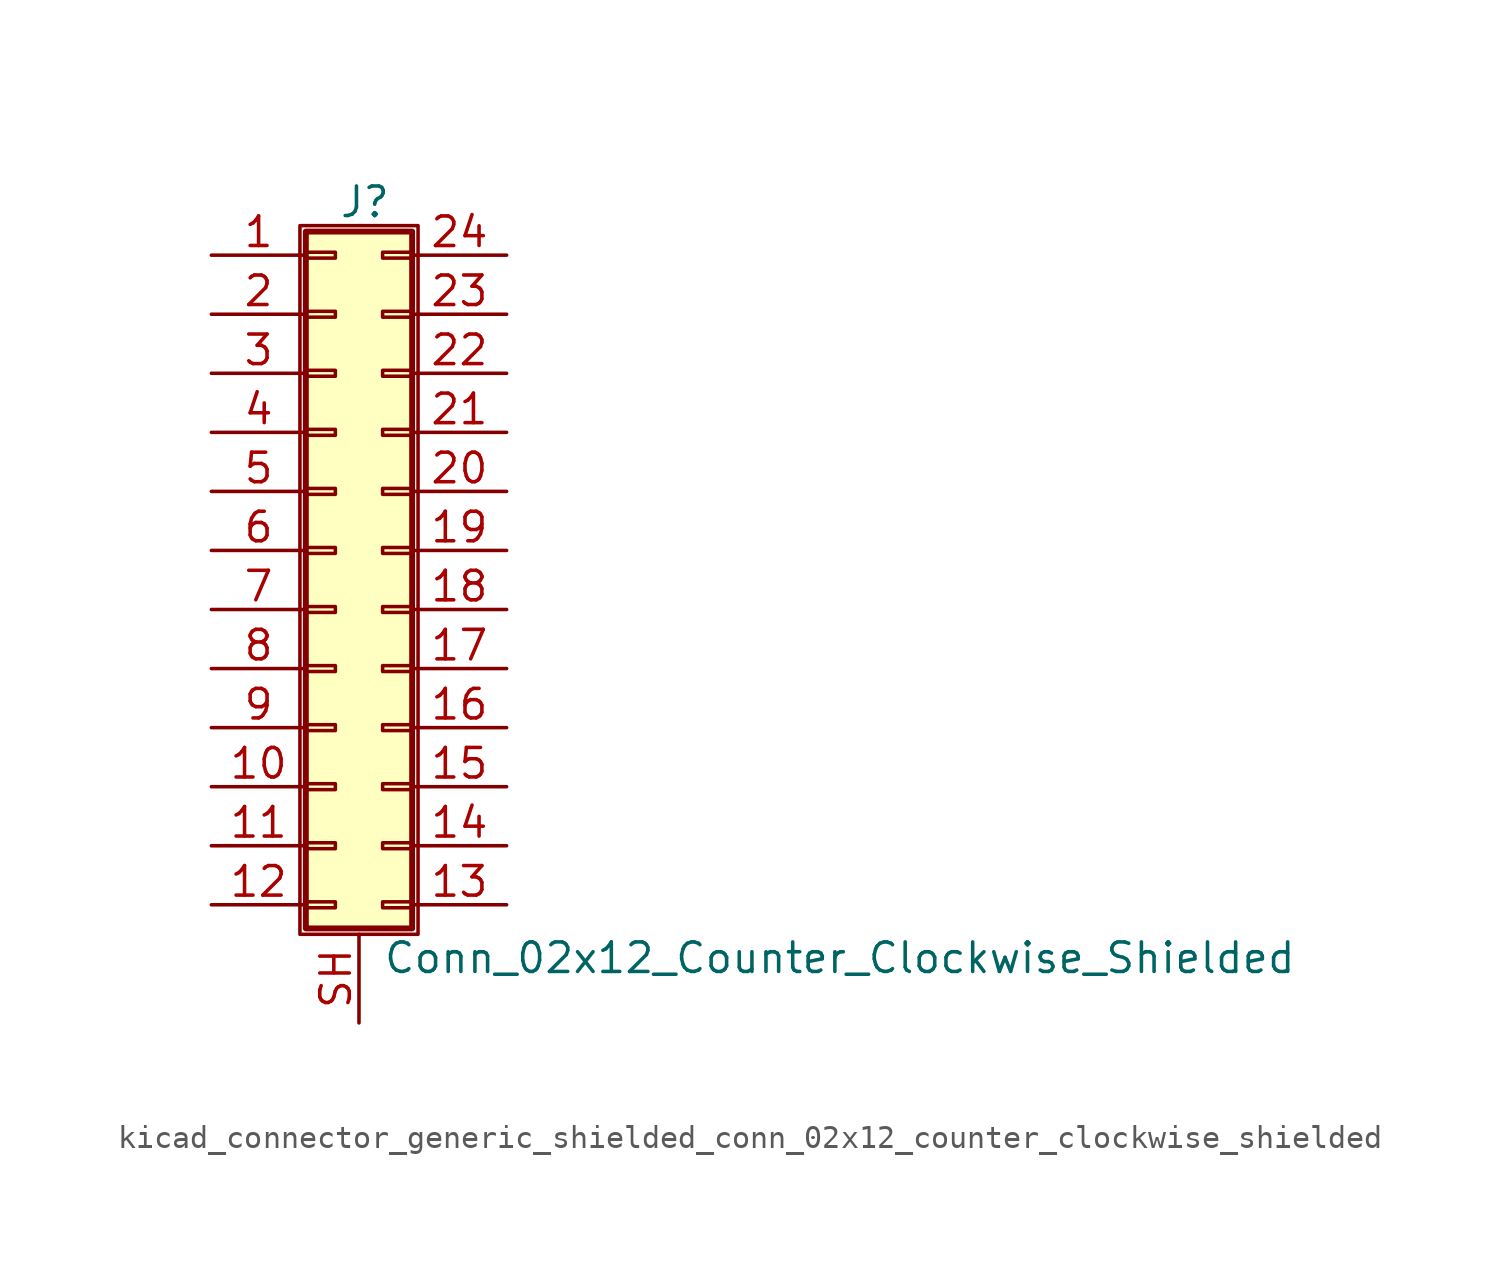
<source format=kicad_sym>
(kicad_symbol_lib
  (version 20220914)
  (generator kicad_symbol_editor)
  (symbol "kicad_connector_generic_shielded_conn_02x12_counter_clockwise_shielded"
    (pin_names
      (offset 1.016) hide)
    (property "Reference" "J"
      (at 1.524 14.986 0)
      (effects (font (size 1.27 1.27))))
    (property "Value" "Conn_02x12_Counter_Clockwise_Shielded"
      (at 2.286 -17.526 0)
      (effects (font (size 1.27 1.27)) (justify left)))
    (symbol "kicad_connector_generic_shielded_conn_02x12_counter_clockwise_shielded_1_1"
      (rectangle (start -1.27 13.97) (end 3.81 -16.51) (stroke (width 0.152) (type default)) (fill (type none)))
      (rectangle (start -1.016 -15.113) (end 0.254 -15.367) (stroke (width 0.152) (type default)) (fill (type none)))
      (rectangle (start -1.016 -12.573) (end 0.254 -12.827) (stroke (width 0.152) (type default)) (fill (type none)))
      (rectangle (start -1.016 -10.033) (end 0.254 -10.287) (stroke (width 0.152) (type default)) (fill (type none)))
      (rectangle (start -1.016 -7.493) (end 0.254 -7.747) (stroke (width 0.152) (type default)) (fill (type none)))
      (rectangle (start -1.016 -4.953) (end 0.254 -5.207) (stroke (width 0.152) (type default)) (fill (type none)))
      (rectangle (start -1.016 -2.413) (end 0.254 -2.667) (stroke (width 0.152) (type default)) (fill (type none)))
      (rectangle (start -1.016 0.127) (end 0.254 -0.127) (stroke (width 0.152) (type default)) (fill (type none)))
      (rectangle (start -1.016 2.667) (end 0.254 2.413) (stroke (width 0.152) (type default)) (fill (type none)))
      (rectangle (start -1.016 5.207) (end 0.254 4.953) (stroke (width 0.152) (type default)) (fill (type none)))
      (rectangle (start -1.016 7.747) (end 0.254 7.493) (stroke (width 0.152) (type default)) (fill (type none)))
      (rectangle (start -1.016 10.287) (end 0.254 10.033) (stroke (width 0.152) (type default)) (fill (type none)))
      (rectangle (start -1.016 12.827) (end 0.254 12.573) (stroke (width 0.152) (type default)) (fill (type none)))
      (rectangle (start -1.016 13.716) (end 3.556 -16.256) (stroke (width 0.254) (type default)) (fill (type background)))
      (rectangle (start 3.556 -15.113) (end 2.286 -15.367) (stroke (width 0.152) (type default)) (fill (type none)))
      (rectangle (start 3.556 -12.573) (end 2.286 -12.827) (stroke (width 0.152) (type default)) (fill (type none)))
      (rectangle (start 3.556 -10.033) (end 2.286 -10.287) (stroke (width 0.152) (type default)) (fill (type none)))
      (rectangle (start 3.556 -7.493) (end 2.286 -7.747) (stroke (width 0.152) (type default)) (fill (type none)))
      (rectangle (start 3.556 -4.953) (end 2.286 -5.207) (stroke (width 0.152) (type default)) (fill (type none)))
      (rectangle (start 3.556 -2.413) (end 2.286 -2.667) (stroke (width 0.152) (type default)) (fill (type none)))
      (rectangle (start 3.556 0.127) (end 2.286 -0.127) (stroke (width 0.152) (type default)) (fill (type none)))
      (rectangle (start 3.556 2.667) (end 2.286 2.413) (stroke (width 0.152) (type default)) (fill (type none)))
      (rectangle (start 3.556 5.207) (end 2.286 4.953) (stroke (width 0.152) (type default)) (fill (type none)))
      (rectangle (start 3.556 7.747) (end 2.286 7.493) (stroke (width 0.152) (type default)) (fill (type none)))
      (rectangle (start 3.556 10.287) (end 2.286 10.033) (stroke (width 0.152) (type default)) (fill (type none)))
      (rectangle (start 3.556 12.827) (end 2.286 12.573) (stroke (width 0.152) (type default)) (fill (type none)))
      (pin passive line (at -5.08 12.7 0) (length 4.064) (name "Pin_1" (effects (font (size 1.27 1.27)))) (number "1" (effects (font (size 1.27 1.27)))))
      (pin passive line (at -5.08 -10.16 0) (length 4.064) (name "Pin_10" (effects (font (size 1.27 1.27)))) (number "10" (effects (font (size 1.27 1.27)))))
      (pin passive line (at -5.08 -12.7 0) (length 4.064) (name "Pin_11" (effects (font (size 1.27 1.27)))) (number "11" (effects (font (size 1.27 1.27)))))
      (pin passive line (at -5.08 -15.24 0) (length 4.064) (name "Pin_12" (effects (font (size 1.27 1.27)))) (number "12" (effects (font (size 1.27 1.27)))))
      (pin passive line (at 7.62 -15.24 180) (length 4.064) (name "Pin_13" (effects (font (size 1.27 1.27)))) (number "13" (effects (font (size 1.27 1.27)))))
      (pin passive line (at 7.62 -12.7 180) (length 4.064) (name "Pin_14" (effects (font (size 1.27 1.27)))) (number "14" (effects (font (size 1.27 1.27)))))
      (pin passive line (at 7.62 -10.16 180) (length 4.064) (name "Pin_15" (effects (font (size 1.27 1.27)))) (number "15" (effects (font (size 1.27 1.27)))))
      (pin passive line (at 7.62 -7.62 180) (length 4.064) (name "Pin_16" (effects (font (size 1.27 1.27)))) (number "16" (effects (font (size 1.27 1.27)))))
      (pin passive line (at 7.62 -5.08 180) (length 4.064) (name "Pin_17" (effects (font (size 1.27 1.27)))) (number "17" (effects (font (size 1.27 1.27)))))
      (pin passive line (at 7.62 -2.54 180) (length 4.064) (name "Pin_18" (effects (font (size 1.27 1.27)))) (number "18" (effects (font (size 1.27 1.27)))))
      (pin passive line (at 7.62 0 180) (length 4.064) (name "Pin_19" (effects (font (size 1.27 1.27)))) (number "19" (effects (font (size 1.27 1.27)))))
      (pin passive line (at -5.08 10.16 0) (length 4.064) (name "Pin_2" (effects (font (size 1.27 1.27)))) (number "2" (effects (font (size 1.27 1.27)))))
      (pin passive line (at 7.62 2.54 180) (length 4.064) (name "Pin_20" (effects (font (size 1.27 1.27)))) (number "20" (effects (font (size 1.27 1.27)))))
      (pin passive line (at 7.62 5.08 180) (length 4.064) (name "Pin_21" (effects (font (size 1.27 1.27)))) (number "21" (effects (font (size 1.27 1.27)))))
      (pin passive line (at 7.62 7.62 180) (length 4.064) (name "Pin_22" (effects (font (size 1.27 1.27)))) (number "22" (effects (font (size 1.27 1.27)))))
      (pin passive line (at 7.62 10.16 180) (length 4.064) (name "Pin_23" (effects (font (size 1.27 1.27)))) (number "23" (effects (font (size 1.27 1.27)))))
      (pin passive line (at 7.62 12.7 180) (length 4.064) (name "Pin_24" (effects (font (size 1.27 1.27)))) (number "24" (effects (font (size 1.27 1.27)))))
      (pin passive line (at -5.08 7.62 0) (length 4.064) (name "Pin_3" (effects (font (size 1.27 1.27)))) (number "3" (effects (font (size 1.27 1.27)))))
      (pin passive line (at -5.08 5.08 0) (length 4.064) (name "Pin_4" (effects (font (size 1.27 1.27)))) (number "4" (effects (font (size 1.27 1.27)))))
      (pin passive line (at -5.08 2.54 0) (length 4.064) (name "Pin_5" (effects (font (size 1.27 1.27)))) (number "5" (effects (font (size 1.27 1.27)))))
      (pin passive line (at -5.08 0 0) (length 4.064) (name "Pin_6" (effects (font (size 1.27 1.27)))) (number "6" (effects (font (size 1.27 1.27)))))
      (pin passive line (at -5.08 -2.54 0) (length 4.064) (name "Pin_7" (effects (font (size 1.27 1.27)))) (number "7" (effects (font (size 1.27 1.27)))))
      (pin passive line (at -5.08 -5.08 0) (length 4.064) (name "Pin_8" (effects (font (size 1.27 1.27)))) (number "8" (effects (font (size 1.27 1.27)))))
      (pin passive line (at -5.08 -7.62 0) (length 4.064) (name "Pin_9" (effects (font (size 1.27 1.27)))) (number "9" (effects (font (size 1.27 1.27)))))
      (pin passive line (at 1.27 -20.32 90) (length 3.81) (name "Shield" (effects (font (size 1.27 1.27)))) (number "SH" (effects (font (size 1.27 1.27))))))))
</source>
